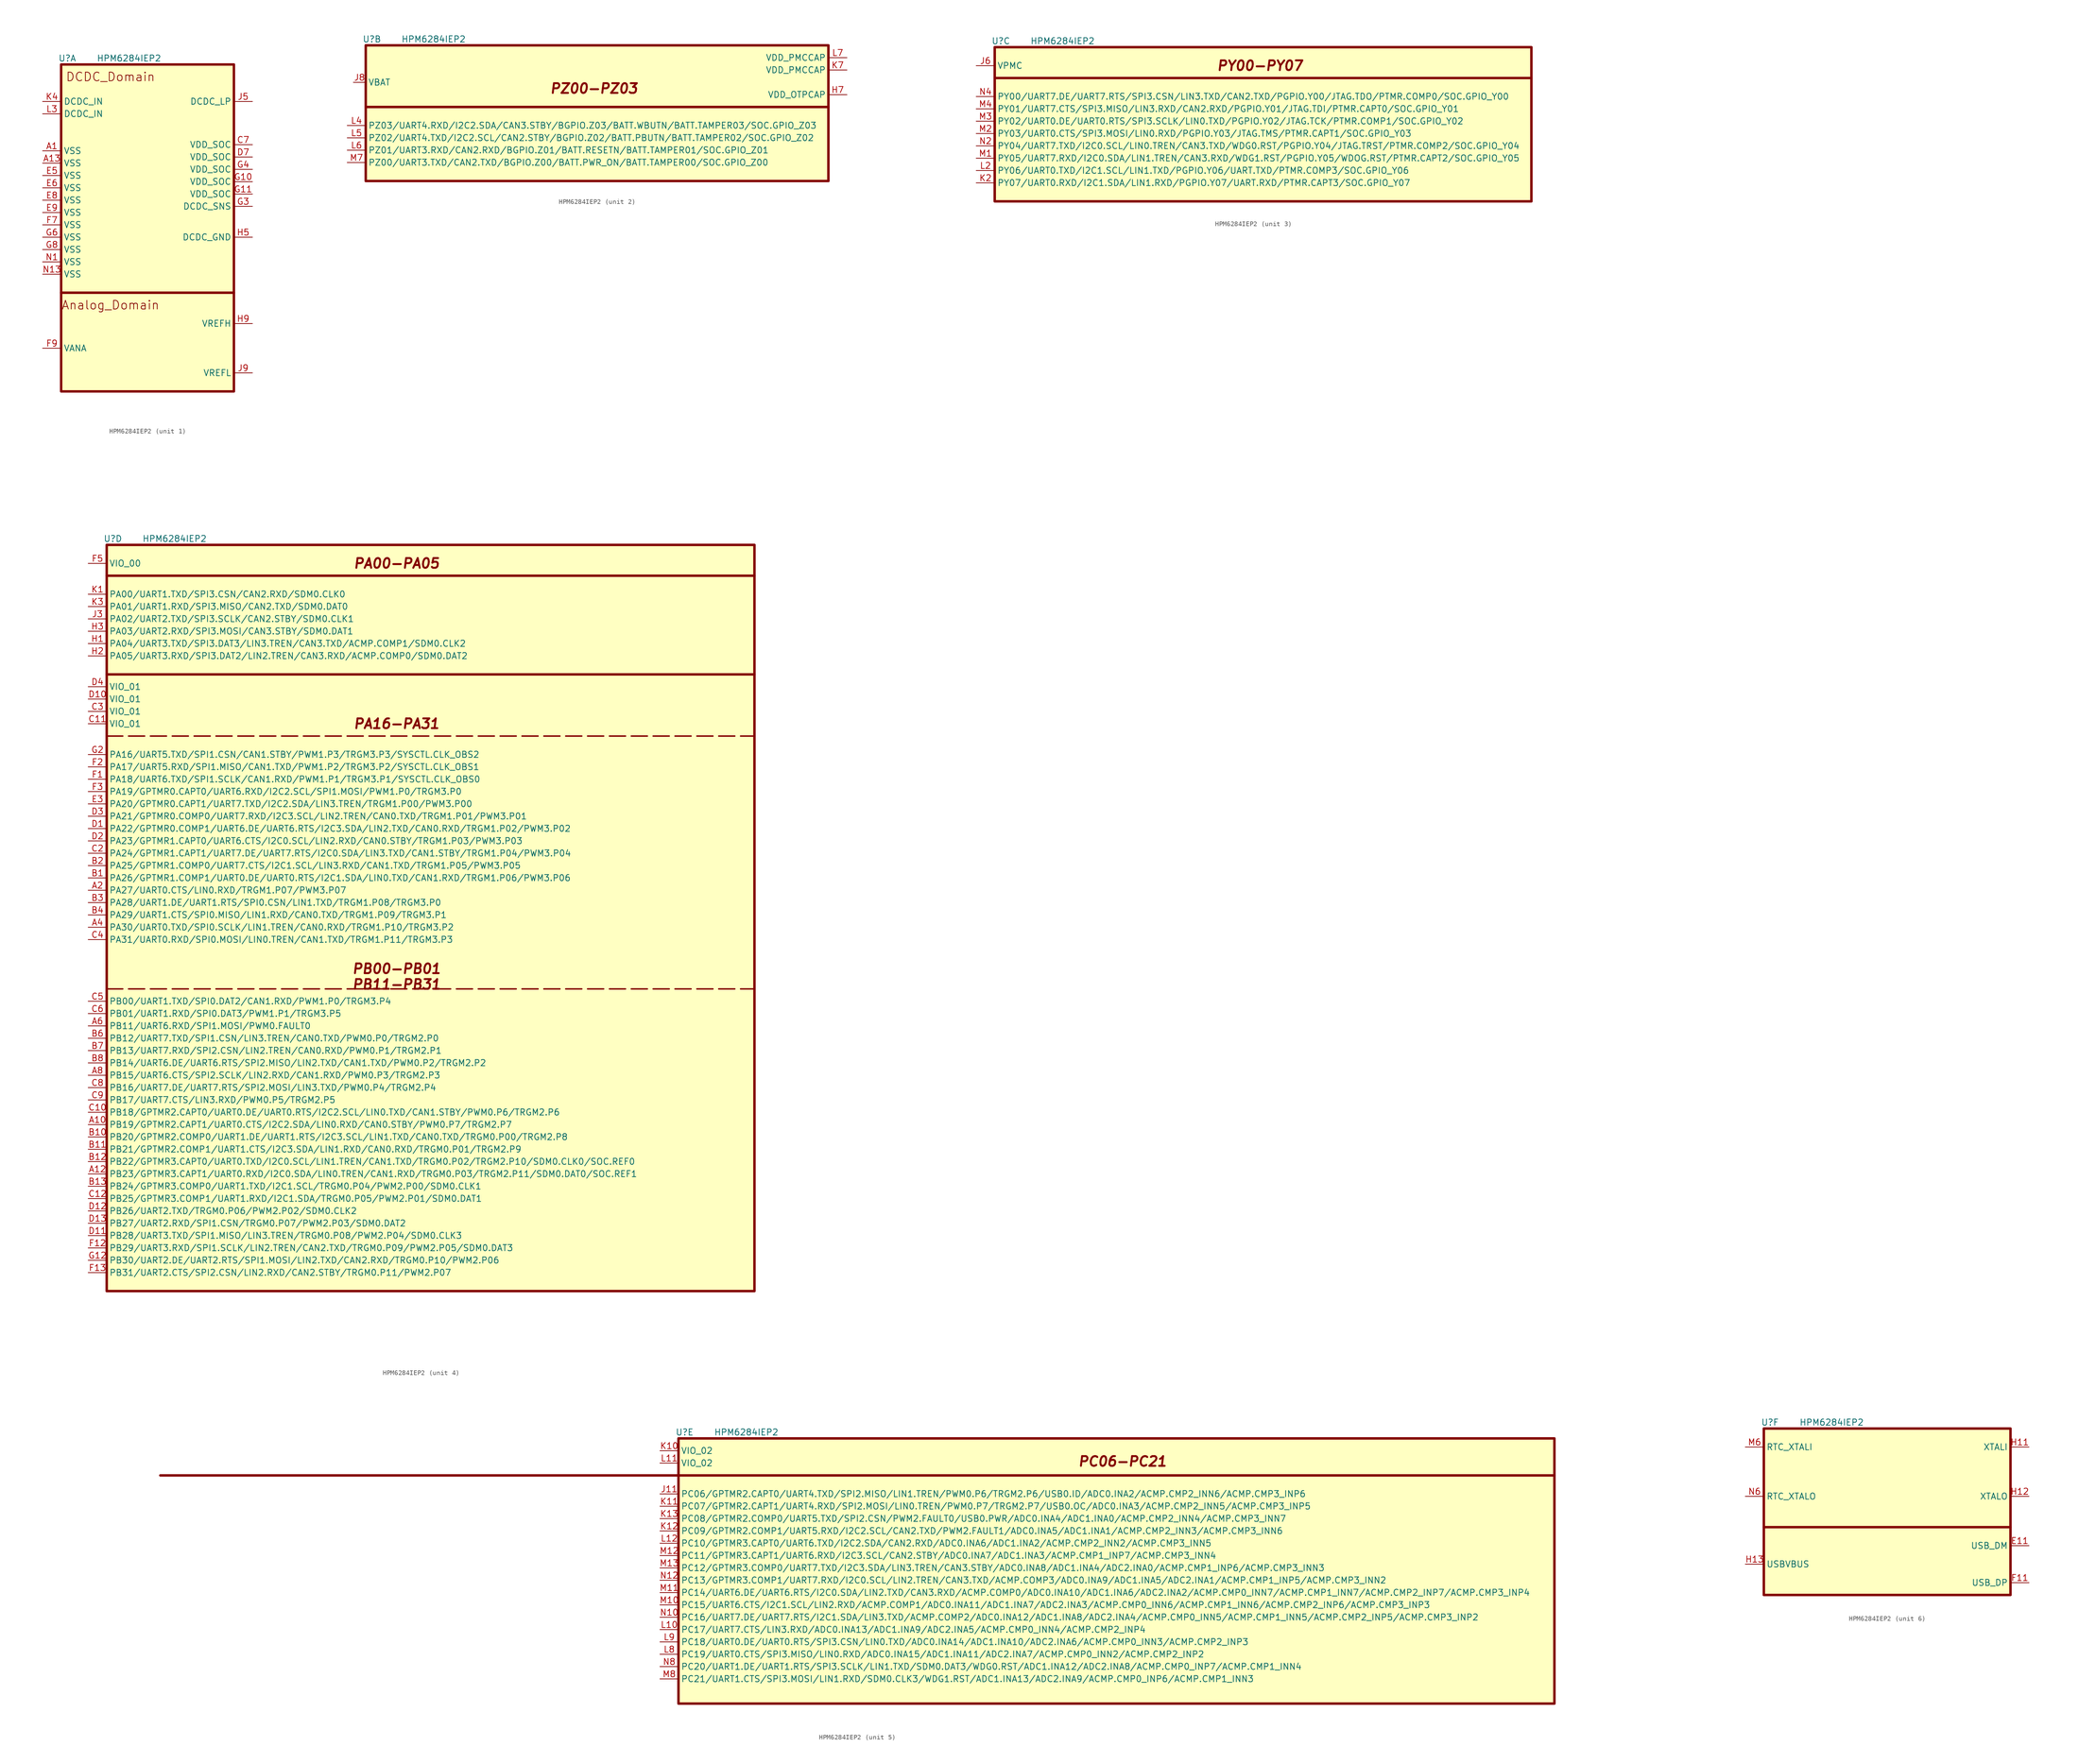
<source format=kicad_sym>
(kicad_symbol_lib
  (version 20220914)
  (generator kicad_symbol_editor)
  (symbol "HPM6284IEP2"
    (property "Reference" "U"
      (at 1.27 1.27 0)
      (effects (font (size 1.27 1.27))))
    (property "Value" "HPM6284IEP2"
      (at 13.97 1.27 0)
      (effects (font (size 1.27 1.27))))
    (symbol "HPM6284IEP2_1_1"
      (polyline (pts (xy 0 -46.99) (xy 35.56 -46.99)) (stroke (width 0.508) (type default)) (fill (type none)))
      (rectangle (start 0 0) (end 35.56 -67.31) (stroke (width 0.5) (type default)) (fill (type background)))
      (text "Analog_Domain" (at 10.16 -49.53 0) (effects (font (size 1.778 1.778))))
      (text "DCDC_Domain" (at 10.16 -2.54 0) (effects (font (size 1.778 1.778))))
      (pin unspecified line (at -3.81 -17.78 0) (length 3.81) (name "VSS" (effects (font (size 1.27 1.27)))) (number "A1" (effects (font (size 1.27 1.27)))))
      (pin unspecified line (at -3.81 -20.32 0) (length 3.81) (name "VSS" (effects (font (size 1.27 1.27)))) (number "A13" (effects (font (size 1.27 1.27)))))
      (pin unspecified line (at 39.37 -16.51 180) (length 3.81) (name "VDD_SOC" (effects (font (size 1.27 1.27)))) (number "C7" (effects (font (size 1.27 1.27)))))
      (pin unspecified line (at 39.37 -19.05 180) (length 3.81) (name "VDD_SOC" (effects (font (size 1.27 1.27)))) (number "D7" (effects (font (size 1.27 1.27)))))
      (pin unspecified line (at -3.81 -22.86 0) (length 3.81) (name "VSS" (effects (font (size 1.27 1.27)))) (number "E5" (effects (font (size 1.27 1.27)))))
      (pin unspecified line (at -3.81 -25.4 0) (length 3.81) (name "VSS" (effects (font (size 1.27 1.27)))) (number "E6" (effects (font (size 1.27 1.27)))))
      (pin unspecified line (at -3.81 -27.94 0) (length 3.81) (name "VSS" (effects (font (size 1.27 1.27)))) (number "E8" (effects (font (size 1.27 1.27)))))
      (pin unspecified line (at -3.81 -30.48 0) (length 3.81) (name "VSS" (effects (font (size 1.27 1.27)))) (number "E9" (effects (font (size 1.27 1.27)))))
      (pin unspecified line (at -3.81 -33.02 0) (length 3.81) (name "VSS" (effects (font (size 1.27 1.27)))) (number "F7" (effects (font (size 1.27 1.27)))))
      (pin unspecified line (at -3.81 -58.42 0) (length 3.81) (name "VANA" (effects (font (size 1.27 1.27)))) (number "F9" (effects (font (size 1.27 1.27)))))
      (pin unspecified line (at 39.37 -24.13 180) (length 3.81) (name "VDD_SOC" (effects (font (size 1.27 1.27)))) (number "G10" (effects (font (size 1.27 1.27)))))
      (pin unspecified line (at 39.37 -26.67 180) (length 3.81) (name "VDD_SOC" (effects (font (size 1.27 1.27)))) (number "G11" (effects (font (size 1.27 1.27)))))
      (pin unspecified line (at 39.37 -29.21 180) (length 3.81) (name "DCDC_SNS" (effects (font (size 1.27 1.27)))) (number "G3" (effects (font (size 1.27 1.27)))))
      (pin unspecified line (at 39.37 -21.59 180) (length 3.81) (name "VDD_SOC" (effects (font (size 1.27 1.27)))) (number "G4" (effects (font (size 1.27 1.27)))))
      (pin unspecified line (at -3.81 -35.56 0) (length 3.81) (name "VSS" (effects (font (size 1.27 1.27)))) (number "G6" (effects (font (size 1.27 1.27)))))
      (pin unspecified line (at -3.81 -38.1 0) (length 3.81) (name "VSS" (effects (font (size 1.27 1.27)))) (number "G8" (effects (font (size 1.27 1.27)))))
      (pin unspecified line (at 39.37 -35.56 180) (length 3.81) (name "DCDC_GND" (effects (font (size 1.27 1.27)))) (number "H5" (effects (font (size 1.27 1.27)))))
      (pin unspecified line (at 39.37 -53.34 180) (length 3.81) (name "VREFH" (effects (font (size 1.27 1.27)))) (number "H9" (effects (font (size 1.27 1.27)))))
      (pin unspecified line (at 39.37 -7.62 180) (length 3.81) (name "DCDC_LP" (effects (font (size 1.27 1.27)))) (number "J5" (effects (font (size 1.27 1.27)))))
      (pin unspecified line (at 39.37 -63.5 180) (length 3.81) (name "VREFL" (effects (font (size 1.27 1.27)))) (number "J9" (effects (font (size 1.27 1.27)))))
      (pin unspecified line (at -3.81 -7.62 0) (length 3.81) (name "DCDC_IN" (effects (font (size 1.27 1.27)))) (number "K4" (effects (font (size 1.27 1.27)))))
      (pin unspecified line (at -3.81 -10.16 0) (length 3.81) (name "DCDC_IN" (effects (font (size 1.27 1.27)))) (number "L3" (effects (font (size 1.27 1.27)))))
      (pin unspecified line (at -3.81 -40.64 0) (length 3.81) (name "VSS" (effects (font (size 1.27 1.27)))) (number "N1" (effects (font (size 1.27 1.27)))))
      (pin unspecified line (at -3.81 -43.18 0) (length 3.81) (name "VSS" (effects (font (size 1.27 1.27)))) (number "N13" (effects (font (size 1.27 1.27))))))
    (symbol "HPM6284IEP2_2_1"
      (polyline (pts (xy 0 -12.7) (xy 95.25 -12.7)) (stroke (width 0.508) (type default)) (fill (type none)))
      (rectangle (start 0 0) (end 95.25 -27.94) (stroke (width 0.508) (type default)) (fill (type background)))
      (text "PZ00-PZ03\n" (at 46.99 -8.89 0) (effects (font (face "KiCad Font") (size 2 2) bold italic)))
      (pin unspecified line (at 99.06 -10.16 180) (length 3.81) (name "VDD_OTPCAP" (effects (font (size 1.27 1.27)))) (number "H7" (effects (font (size 1.27 1.27)))))
      (pin unspecified line (at -2.54 -7.62 0) (length 2.54) (name "VBAT" (effects (font (size 1.27 1.27)))) (number "J8" (effects (font (size 1.27 1.27)))))
      (pin unspecified line (at 99.06 -5.08 180) (length 3.81) (name "VDD_PMCCAP" (effects (font (size 1.27 1.27)))) (number "K7" (effects (font (size 1.27 1.27)))))
      (pin unspecified line (at -3.81 -16.51 0) (length 3.81) (name "PZ03/UART4.RXD/I2C2.SDA/CAN3.STBY/BGPIO.Z03/BATT.WBUTN/BATT.TAMPER03/SOC.GPIO_Z03" (effects (font (size 1.27 1.27)))) (number "L4" (effects (font (size 1.27 1.27)))))
      (pin unspecified line (at -3.81 -19.05 0) (length 3.81) (name "PZ02/UART4.TXD/I2C2.SCL/CAN2.STBY/BGPIO.Z02/BATT.PBUTN/BATT.TAMPER02/SOC.GPIO_Z02" (effects (font (size 1.27 1.27)))) (number "L5" (effects (font (size 1.27 1.27)))))
      (pin unspecified line (at -3.81 -21.59 0) (length 3.81) (name "PZ01/UART3.RXD/CAN2.RXD/BGPIO.Z01/BATT.RESETN/BATT.TAMPER01/SOC.GPIO_Z01" (effects (font (size 1.27 1.27)))) (number "L6" (effects (font (size 1.27 1.27)))))
      (pin unspecified line (at 99.06 -2.54 180) (length 3.81) (name "VDD_PMCCAP" (effects (font (size 1.27 1.27)))) (number "L7" (effects (font (size 1.27 1.27)))))
      (pin unspecified line (at -3.81 -24.13 0) (length 3.81) (name "PZ00/UART3.TXD/CAN2.TXD/BGPIO.Z00/BATT.PWR_ON/BATT.TAMPER00/SOC.GPIO_Z00" (effects (font (size 1.27 1.27)))) (number "M7" (effects (font (size 1.27 1.27))))))
    (symbol "HPM6284IEP2_3_1"
      (polyline (pts (xy 0 -6.35) (xy 110.49 -6.35)) (stroke (width 0.5) (type default)) (fill (type none)))
      (rectangle (start 0 0) (end 110.49 -31.75) (stroke (width 0.508) (type default)) (fill (type background)))
      (text "PY00-PY07" (at 54.61 -3.81 0) (effects (font (face "KiCad Font") (size 2 2) bold italic)))
      (pin unspecified line (at -3.81 -3.81 0) (length 3.81) (name "VPMC" (effects (font (size 1.27 1.27)))) (number "J6" (effects (font (size 1.27 1.27)))))
      (pin unspecified line (at -3.81 -27.94 0) (length 3.81) (name "PY07/UART0.RXD/I2C1.SDA/LIN1.RXD/PGPIO.Y07/UART.RXD/PTMR.CAPT3/SOC.GPIO_Y07" (effects (font (size 1.27 1.27)))) (number "K2" (effects (font (size 1.27 1.27)))))
      (pin unspecified line (at -3.81 -25.4 0) (length 3.81) (name "PY06/UART0.TXD/I2C1.SCL/LIN1.TXD/PGPIO.Y06/UART.TXD/PTMR.COMP3/SOC.GPIO_Y06" (effects (font (size 1.27 1.27)))) (number "L2" (effects (font (size 1.27 1.27)))))
      (pin unspecified line (at -3.81 -22.86 0) (length 3.81) (name "PY05/UART7.RXD/I2C0.SDA/LIN1.TREN/CAN3.RXD/WDG1.RST/PGPIO.Y05/WDOG.RST/PTMR.CAPT2/SOC.GPIO_Y05" (effects (font (size 1.27 1.27)))) (number "M1" (effects (font (size 1.27 1.27)))))
      (pin unspecified line (at -3.81 -17.78 0) (length 3.81) (name "PY03/UART0.CTS/SPI3.MOSI/LIN0.RXD/PGPIO.Y03/JTAG.TMS/PTMR.CAPT1/SOC.GPIO_Y03" (effects (font (size 1.27 1.27)))) (number "M2" (effects (font (size 1.27 1.27)))))
      (pin unspecified line (at -3.81 -15.24 0) (length 3.81) (name "PY02/UART0.DE/UART0.RTS/SPI3.SCLK/LIN0.TXD/PGPIO.Y02/JTAG.TCK/PTMR.COMP1/SOC.GPIO_Y02" (effects (font (size 1.27 1.27)))) (number "M3" (effects (font (size 1.27 1.27)))))
      (pin unspecified line (at -3.81 -12.7 0) (length 3.81) (name "PY01/UART7.CTS/SPI3.MISO/LIN3.RXD/CAN2.RXD/PGPIO.Y01/JTAG.TDI/PTMR.CAPT0/SOC.GPIO_Y01" (effects (font (size 1.27 1.27)))) (number "M4" (effects (font (size 1.27 1.27)))))
      (pin unspecified line (at -3.81 -20.32 0) (length 3.81) (name "PY04/UART7.TXD/I2C0.SCL/LIN0.TREN/CAN3.TXD/WDG0.RST/PGPIO.Y04/JTAG.TRST/PTMR.COMP2/SOC.GPIO_Y04" (effects (font (size 1.27 1.27)))) (number "N2" (effects (font (size 1.27 1.27)))))
      (pin unspecified line (at -3.81 -10.16 0) (length 3.81) (name "PY00/UART7.DE/UART7.RTS/SPI3.CSN/LIN3.TXD/CAN2.TXD/PGPIO.Y00/JTAG.TDO/PTMR.COMP0/SOC.GPIO_Y00" (effects (font (size 1.27 1.27)))) (number "N4" (effects (font (size 1.27 1.27))))))
    (symbol "HPM6284IEP2_4_1"
      (polyline (pts (xy 0 -91.44) (xy 133.35 -91.44)) (stroke (width 0.3) (type dash)) (fill (type none)))
      (polyline (pts (xy 0 -39.37) (xy 133.35 -39.37)) (stroke (width 0.3) (type dash)) (fill (type none)))
      (polyline (pts (xy 0 -26.67) (xy 133.35 -26.67)) (stroke (width 0.5) (type default)) (fill (type none)))
      (polyline (pts (xy 0 -6.35) (xy 133.35 -6.35)) (stroke (width 0.5) (type default)) (fill (type none)))
      (rectangle (start 0 0) (end 133.35 -153.67) (stroke (width 0.508) (type default)) (fill (type background)))
      (text "PA00-PA05" (at 59.69 -3.81 0) (effects (font (face "KiCad Font") (size 2 2) bold italic)))
      (text "PA16-PA31" (at 59.69 -36.83 0) (effects (font (face "KiCad Font") (size 2 2) bold italic)))
      (text "PB00-PB01\nPB11-PB31" (at 59.69 -88.9 0) (effects (font (face "KiCad Font") (size 2 2) bold italic)))
      (pin unspecified line (at -3.81 -119.38 0) (length 3.81) (name "PB19/GPTMR2.CAPT1/UART0.CTS/I2C2.SDA/LIN0.RXD/CAN0.STBY/PWM0.P7/TRGM2.P7" (effects (font (size 1.27 1.27)))) (number "A10" (effects (font (size 1.27 1.27)))))
      (pin unspecified line (at -3.81 -129.54 0) (length 3.81) (name "PB23/GPTMR3.CAPT1/UART0.RXD/I2C0.SDA/LIN0.TREN/CAN1.RXD/TRGM0.P03/TRGM2.P11/SDM0.DAT0/SOC.REF1" (effects (font (size 1.27 1.27)))) (number "A12" (effects (font (size 1.27 1.27)))))
      (pin unspecified line (at -3.81 -71.12 0) (length 3.81) (name "PA27/UART0.CTS/LIN0.RXD/TRGM1.P07/PWM3.P07" (effects (font (size 1.27 1.27)))) (number "A2" (effects (font (size 1.27 1.27)))))
      (pin unspecified line (at -3.81 -78.74 0) (length 3.81) (name "PA30/UART0.TXD/SPI0.SCLK/LIN1.TREN/CAN0.RXD/TRGM1.P10/TRGM3.P2" (effects (font (size 1.27 1.27)))) (number "A4" (effects (font (size 1.27 1.27)))))
      (pin unspecified line (at -3.81 -99.06 0) (length 3.81) (name "PB11/UART6.RXD/SPI1.MOSI/PWM0.FAULT0" (effects (font (size 1.27 1.27)))) (number "A6" (effects (font (size 1.27 1.27)))))
      (pin unspecified line (at -3.81 -109.22 0) (length 3.81) (name "PB15/UART6.CTS/SPI2.SCLK/LIN2.RXD/CAN1.RXD/PWM0.P3/TRGM2.P3" (effects (font (size 1.27 1.27)))) (number "A8" (effects (font (size 1.27 1.27)))))
      (pin unspecified line (at -3.81 -68.58 0) (length 3.81) (name "PA26/GPTMR1.COMP1/UART0.DE/UART0.RTS/I2C1.SDA/LIN0.TXD/CAN1.RXD/TRGM1.P06/PWM3.P06" (effects (font (size 1.27 1.27)))) (number "B1" (effects (font (size 1.27 1.27)))))
      (pin unspecified line (at -3.81 -121.92 0) (length 3.81) (name "PB20/GPTMR2.COMP0/UART1.DE/UART1.RTS/I2C3.SCL/LIN1.TXD/CAN0.TXD/TRGM0.P00/TRGM2.P8" (effects (font (size 1.27 1.27)))) (number "B10" (effects (font (size 1.27 1.27)))))
      (pin unspecified line (at -3.81 -124.46 0) (length 3.81) (name "PB21/GPTMR2.COMP1/UART1.CTS/I2C3.SDA/LIN1.RXD/CAN0.RXD/TRGM0.P01/TRGM2.P9" (effects (font (size 1.27 1.27)))) (number "B11" (effects (font (size 1.27 1.27)))))
      (pin unspecified line (at -3.81 -127 0) (length 3.81) (name "PB22/GPTMR3.CAPT0/UART0.TXD/I2C0.SCL/LIN1.TREN/CAN1.TXD/TRGM0.P02/TRGM2.P10/SDM0.CLK0/SOC.REF0" (effects (font (size 1.27 1.27)))) (number "B12" (effects (font (size 1.27 1.27)))))
      (pin unspecified line (at -3.81 -132.08 0) (length 3.81) (name "PB24/GPTMR3.COMP0/UART1.TXD/I2C1.SCL/TRGM0.P04/PWM2.P00/SDM0.CLK1" (effects (font (size 1.27 1.27)))) (number "B13" (effects (font (size 1.27 1.27)))))
      (pin unspecified line (at -3.81 -66.04 0) (length 3.81) (name "PA25/GPTMR1.COMP0/UART7.CTS/I2C1.SCL/LIN3.RXD/CAN1.TXD/TRGM1.P05/PWM3.P05" (effects (font (size 1.27 1.27)))) (number "B2" (effects (font (size 1.27 1.27)))))
      (pin unspecified line (at -3.81 -73.66 0) (length 3.81) (name "PA28/UART1.DE/UART1.RTS/SPI0.CSN/LIN1.TXD/TRGM1.P08/TRGM3.P0" (effects (font (size 1.27 1.27)))) (number "B3" (effects (font (size 1.27 1.27)))))
      (pin unspecified line (at -3.81 -76.2 0) (length 3.81) (name "PA29/UART1.CTS/SPI0.MISO/LIN1.RXD/CAN0.TXD/TRGM1.P09/TRGM3.P1" (effects (font (size 1.27 1.27)))) (number "B4" (effects (font (size 1.27 1.27)))))
      (pin unspecified line (at -3.81 -101.6 0) (length 3.81) (name "PB12/UART7.TXD/SPI1.CSN/LIN3.TREN/CAN0.TXD/PWM0.P0/TRGM2.P0" (effects (font (size 1.27 1.27)))) (number "B6" (effects (font (size 1.27 1.27)))))
      (pin unspecified line (at -3.81 -104.14 0) (length 3.81) (name "PB13/UART7.RXD/SPI2.CSN/LIN2.TREN/CAN0.RXD/PWM0.P1/TRGM2.P1" (effects (font (size 1.27 1.27)))) (number "B7" (effects (font (size 1.27 1.27)))))
      (pin unspecified line (at -3.81 -106.68 0) (length 3.81) (name "PB14/UART6.DE/UART6.RTS/SPI2.MISO/LIN2.TXD/CAN1.TXD/PWM0.P2/TRGM2.P2" (effects (font (size 1.27 1.27)))) (number "B8" (effects (font (size 1.27 1.27)))))
      (pin unspecified line (at -3.81 -116.84 0) (length 3.81) (name "PB18/GPTMR2.CAPT0/UART0.DE/UART0.RTS/I2C2.SCL/LIN0.TXD/CAN1.STBY/PWM0.P6/TRGM2.P6" (effects (font (size 1.27 1.27)))) (number "C10" (effects (font (size 1.27 1.27)))))
      (pin unspecified line (at -3.81 -36.83 0) (length 3.81) (name "VIO_01" (effects (font (size 1.27 1.27)))) (number "C11" (effects (font (size 1.27 1.27)))))
      (pin unspecified line (at -3.81 -134.62 0) (length 3.81) (name "PB25/GPTMR3.COMP1/UART1.RXD/I2C1.SDA/TRGM0.P05/PWM2.P01/SDM0.DAT1" (effects (font (size 1.27 1.27)))) (number "C12" (effects (font (size 1.27 1.27)))))
      (pin unspecified line (at -3.81 -63.5 0) (length 3.81) (name "PA24/GPTMR1.CAPT1/UART7.DE/UART7.RTS/I2C0.SDA/LIN3.TXD/CAN1.STBY/TRGM1.P04/PWM3.P04" (effects (font (size 1.27 1.27)))) (number "C2" (effects (font (size 1.27 1.27)))))
      (pin unspecified line (at -3.81 -34.29 0) (length 3.81) (name "VIO_01" (effects (font (size 1.27 1.27)))) (number "C3" (effects (font (size 1.27 1.27)))))
      (pin unspecified line (at -3.81 -81.28 0) (length 3.81) (name "PA31/UART0.RXD/SPI0.MOSI/LIN0.TREN/CAN1.TXD/TRGM1.P11/TRGM3.P3" (effects (font (size 1.27 1.27)))) (number "C4" (effects (font (size 1.27 1.27)))))
      (pin unspecified line (at -3.81 -93.98 0) (length 3.81) (name "PB00/UART1.TXD/SPI0.DAT2/CAN1.RXD/PWM1.P0/TRGM3.P4" (effects (font (size 1.27 1.27)))) (number "C5" (effects (font (size 1.27 1.27)))))
      (pin unspecified line (at -3.81 -96.52 0) (length 3.81) (name "PB01/UART1.RXD/SPI0.DAT3/PWM1.P1/TRGM3.P5" (effects (font (size 1.27 1.27)))) (number "C6" (effects (font (size 1.27 1.27)))))
      (pin unspecified line (at -3.81 -111.76 0) (length 3.81) (name "PB16/UART7.DE/UART7.RTS/SPI2.MOSI/LIN3.TXD/PWM0.P4/TRGM2.P4" (effects (font (size 1.27 1.27)))) (number "C8" (effects (font (size 1.27 1.27)))))
      (pin unspecified line (at -3.81 -114.3 0) (length 3.81) (name "PB17/UART7.CTS/LIN3.RXD/PWM0.P5/TRGM2.P5" (effects (font (size 1.27 1.27)))) (number "C9" (effects (font (size 1.27 1.27)))))
      (pin unspecified line (at -3.81 -58.42 0) (length 3.81) (name "PA22/GPTMR0.COMP1/UART6.DE/UART6.RTS/I2C3.SDA/LIN2.TXD/CAN0.RXD/TRGM1.P02/PWM3.P02" (effects (font (size 1.27 1.27)))) (number "D1" (effects (font (size 1.27 1.27)))))
      (pin unspecified line (at -3.81 -31.75 0) (length 3.81) (name "VIO_01" (effects (font (size 1.27 1.27)))) (number "D10" (effects (font (size 1.27 1.27)))))
      (pin unspecified line (at -3.81 -142.24 0) (length 3.81) (name "PB28/UART3.TXD/SPI1.MISO/LIN3.TREN/TRGM0.P08/PWM2.P04/SDM0.CLK3" (effects (font (size 1.27 1.27)))) (number "D11" (effects (font (size 1.27 1.27)))))
      (pin unspecified line (at -3.81 -137.16 0) (length 3.81) (name "PB26/UART2.TXD/TRGM0.P06/PWM2.P02/SDM0.CLK2" (effects (font (size 1.27 1.27)))) (number "D12" (effects (font (size 1.27 1.27)))))
      (pin unspecified line (at -3.81 -139.7 0) (length 3.81) (name "PB27/UART2.RXD/SPI1.CSN/TRGM0.P07/PWM2.P03/SDM0.DAT2" (effects (font (size 1.27 1.27)))) (number "D13" (effects (font (size 1.27 1.27)))))
      (pin unspecified line (at -3.81 -60.96 0) (length 3.81) (name "PA23/GPTMR1.CAPT0/UART6.CTS/I2C0.SCL/LIN2.RXD/CAN0.STBY/TRGM1.P03/PWM3.P03" (effects (font (size 1.27 1.27)))) (number "D2" (effects (font (size 1.27 1.27)))))
      (pin unspecified line (at -3.81 -55.88 0) (length 3.81) (name "PA21/GPTMR0.COMP0/UART7.RXD/I2C3.SCL/LIN2.TREN/CAN0.TXD/TRGM1.P01/PWM3.P01" (effects (font (size 1.27 1.27)))) (number "D3" (effects (font (size 1.27 1.27)))))
      (pin unspecified line (at -3.81 -29.21 0) (length 3.81) (name "VIO_01" (effects (font (size 1.27 1.27)))) (number "D4" (effects (font (size 1.27 1.27)))))
      (pin unspecified line (at -3.81 -53.34 0) (length 3.81) (name "PA20/GPTMR0.CAPT1/UART7.TXD/I2C2.SDA/LIN3.TREN/TRGM1.P00/PWM3.P00" (effects (font (size 1.27 1.27)))) (number "E3" (effects (font (size 1.27 1.27)))))
      (pin unspecified line (at -3.81 -48.26 0) (length 3.81) (name "PA18/UART6.TXD/SPI1.SCLK/CAN1.RXD/PWM1.P1/TRGM3.P1/SYSCTL.CLK_OBS0" (effects (font (size 1.27 1.27)))) (number "F1" (effects (font (size 1.27 1.27)))))
      (pin unspecified line (at -3.81 -144.78 0) (length 3.81) (name "PB29/UART3.RXD/SPI1.SCLK/LIN2.TREN/CAN2.TXD/TRGM0.P09/PWM2.P05/SDM0.DAT3" (effects (font (size 1.27 1.27)))) (number "F12" (effects (font (size 1.27 1.27)))))
      (pin unspecified line (at -3.81 -149.86 0) (length 3.81) (name "PB31/UART2.CTS/SPI2.CSN/LIN2.RXD/CAN2.STBY/TRGM0.P11/PWM2.P07" (effects (font (size 1.27 1.27)))) (number "F13" (effects (font (size 1.27 1.27)))))
      (pin unspecified line (at -3.81 -45.72 0) (length 3.81) (name "PA17/UART5.RXD/SPI1.MISO/CAN1.TXD/PWM1.P2/TRGM3.P2/SYSCTL.CLK_OBS1" (effects (font (size 1.27 1.27)))) (number "F2" (effects (font (size 1.27 1.27)))))
      (pin unspecified line (at -3.81 -50.8 0) (length 3.81) (name "PA19/GPTMR0.CAPT0/UART6.RXD/I2C2.SCL/SPI1.MOSI/PWM1.P0/TRGM3.P0" (effects (font (size 1.27 1.27)))) (number "F3" (effects (font (size 1.27 1.27)))))
      (pin unspecified line (at -3.81 -3.81 0) (length 3.81) (name "VIO_00" (effects (font (size 1.27 1.27)))) (number "F5" (effects (font (size 1.27 1.27)))))
      (pin unspecified line (at -3.81 -147.32 0) (length 3.81) (name "PB30/UART2.DE/UART2.RTS/SPI1.MOSI/LIN2.TXD/CAN2.RXD/TRGM0.P10/PWM2.P06" (effects (font (size 1.27 1.27)))) (number "G12" (effects (font (size 1.27 1.27)))))
      (pin unspecified line (at -3.81 -43.18 0) (length 3.81) (name "PA16/UART5.TXD/SPI1.CSN/CAN1.STBY/PWM1.P3/TRGM3.P3/SYSCTL.CLK_OBS2" (effects (font (size 1.27 1.27)))) (number "G2" (effects (font (size 1.27 1.27)))))
      (pin unspecified line (at -3.81 -20.32 0) (length 3.81) (name "PA04/UART3.TXD/SPI3.DAT3/LIN3.TREN/CAN3.TXD/ACMP.COMP1/SDM0.CLK2" (effects (font (size 1.27 1.27)))) (number "H1" (effects (font (size 1.27 1.27)))))
      (pin unspecified line (at -3.81 -22.86 0) (length 3.81) (name "PA05/UART3.RXD/SPI3.DAT2/LIN2.TREN/CAN3.RXD/ACMP.COMP0/SDM0.DAT2" (effects (font (size 1.27 1.27)))) (number "H2" (effects (font (size 1.27 1.27)))))
      (pin unspecified line (at -3.81 -17.78 0) (length 3.81) (name "PA03/UART2.RXD/SPI3.MOSI/CAN3.STBY/SDM0.DAT1" (effects (font (size 1.27 1.27)))) (number "H3" (effects (font (size 1.27 1.27)))))
      (pin unspecified line (at -3.81 -15.24 0) (length 3.81) (name "PA02/UART2.TXD/SPI3.SCLK/CAN2.STBY/SDM0.CLK1" (effects (font (size 1.27 1.27)))) (number "J3" (effects (font (size 1.27 1.27)))))
      (pin unspecified line (at -3.81 -10.16 0) (length 3.81) (name "PA00/UART1.TXD/SPI3.CSN/CAN2.RXD/SDM0.CLK0" (effects (font (size 1.27 1.27)))) (number "K1" (effects (font (size 1.27 1.27)))))
      (pin unspecified line (at -3.81 -12.7 0) (length 3.81) (name "PA01/UART1.RXD/SPI3.MISO/CAN2.TXD/SDM0.DAT0" (effects (font (size 1.27 1.27)))) (number "K3" (effects (font (size 1.27 1.27))))))
    (symbol "HPM6284IEP2_5_1"
      (polyline (pts (xy 180.34 -7.62) (xy -106.68 -7.62)) (stroke (width 0.5) (type default)) (fill (type none)))
      (rectangle (start 0 0) (end 180.34 -54.61) (stroke (width 0.508) (type default)) (fill (type background)))
      (text "PC06-PC21\n\n" (at 91.44 -6.35 0) (effects (font (face "KiCad Font") (size 2 2) bold italic)))
      (pin unspecified line (at -3.81 -11.43 0) (length 3.81) (name "PC06/GPTMR2.CAPT0/UART4.TXD/SPI2.MISO/LIN1.TREN/PWM0.P6/TRGM2.P6/USB0.ID/ADC0.INA2/ACMP.CMP2_INN6/ACMP.CMP3_INP6" (effects (font (size 1.27 1.27)))) (number "J11" (effects (font (size 1.27 1.27)))))
      (pin unspecified line (at -3.81 -2.54 0) (length 3.81) (name "VIO_02" (effects (font (size 1.27 1.27)))) (number "K10" (effects (font (size 1.27 1.27)))))
      (pin unspecified line (at -3.81 -13.97 0) (length 3.81) (name "PC07/GPTMR2.CAPT1/UART4.RXD/SPI2.MOSI/LIN0.TREN/PWM0.P7/TRGM2.P7/USB0.OC/ADC0.INA3/ACMP.CMP2_INN5/ACMP.CMP3_INP5" (effects (font (size 1.27 1.27)))) (number "K11" (effects (font (size 1.27 1.27)))))
      (pin unspecified line (at -3.81 -19.05 0) (length 3.81) (name "PC09/GPTMR2.COMP1/UART5.RXD/I2C2.SCL/CAN2.TXD/PWM2.FAULT1/ADC0.INA5/ADC1.INA1/ACMP.CMP2_INN3/ACMP.CMP3_INN6" (effects (font (size 1.27 1.27)))) (number "K12" (effects (font (size 1.27 1.27)))))
      (pin unspecified line (at -3.81 -16.51 0) (length 3.81) (name "PC08/GPTMR2.COMP0/UART5.TXD/SPI2.CSN/PWM2.FAULT0/USB0.PWR/ADC0.INA4/ADC1.INA0/ACMP.CMP2_INN4/ACMP.CMP3_INN7" (effects (font (size 1.27 1.27)))) (number "K13" (effects (font (size 1.27 1.27)))))
      (pin unspecified line (at -3.81 -39.37 0) (length 3.81) (name "PC17/UART7.CTS/LIN3.RXD/ADC0.INA13/ADC1.INA9/ADC2.INA5/ACMP.CMP0_INN4/ACMP.CMP2_INP4" (effects (font (size 1.27 1.27)))) (number "L10" (effects (font (size 1.27 1.27)))))
      (pin unspecified line (at -3.81 -5.08 0) (length 3.81) (name "VIO_02" (effects (font (size 1.27 1.27)))) (number "L11" (effects (font (size 1.27 1.27)))))
      (pin unspecified line (at -3.81 -21.59 0) (length 3.81) (name "PC10/GPTMR3.CAPT0/UART6.TXD/I2C2.SDA/CAN2.RXD/ADC0.INA6/ADC1.INA2/ACMP.CMP2_INN2/ACMP.CMP3_INN5" (effects (font (size 1.27 1.27)))) (number "L12" (effects (font (size 1.27 1.27)))))
      (pin unspecified line (at -3.81 -44.45 0) (length 3.81) (name "PC19/UART0.CTS/SPI3.MISO/LIN0.RXD/ADC0.INA15/ADC1.INA11/ADC2.INA7/ACMP.CMP0_INN2/ACMP.CMP2_INP2" (effects (font (size 1.27 1.27)))) (number "L8" (effects (font (size 1.27 1.27)))))
      (pin unspecified line (at -3.81 -41.91 0) (length 3.81) (name "PC18/UART0.DE/UART0.RTS/SPI3.CSN/LIN0.TXD/ADC0.INA14/ADC1.INA10/ADC2.INA6/ACMP.CMP0_INN3/ACMP.CMP2_INP3" (effects (font (size 1.27 1.27)))) (number "L9" (effects (font (size 1.27 1.27)))))
      (pin unspecified line (at -3.81 -34.29 0) (length 3.81) (name "PC15/UART6.CTS/I2C1.SCL/LIN2.RXD/ACMP.COMP1/ADC0.INA11/ADC1.INA7/ADC2.INA3/ACMP.CMP0_INN6/ACMP.CMP1_INN6/ACMP.CMP2_INP6/ACMP.CMP3_INP3" (effects (font (size 1.27 1.27)))) (number "M10" (effects (font (size 1.27 1.27)))))
      (pin unspecified line (at -3.81 -31.75 0) (length 3.81) (name "PC14/UART6.DE/UART6.RTS/I2C0.SDA/LIN2.TXD/CAN3.RXD/ACMP.COMP0/ADC0.INA10/ADC1.INA6/ADC2.INA2/ACMP.CMP0_INN7/ACMP.CMP1_INN7/ACMP.CMP2_INP7/ACMP.CMP3_INP4" (effects (font (size 1.27 1.27)))) (number "M11" (effects (font (size 1.27 1.27)))))
      (pin unspecified line (at -3.81 -24.13 0) (length 3.81) (name "PC11/GPTMR3.CAPT1/UART6.RXD/I2C3.SCL/CAN2.STBY/ADC0.INA7/ADC1.INA3/ACMP.CMP1_INP7/ACMP.CMP3_INN4" (effects (font (size 1.27 1.27)))) (number "M12" (effects (font (size 1.27 1.27)))))
      (pin unspecified line (at -3.81 -26.67 0) (length 3.81) (name "PC12/GPTMR3.COMP0/UART7.TXD/I2C3.SDA/LIN3.TREN/CAN3.STBY/ADC0.INA8/ADC1.INA4/ADC2.INA0/ACMP.CMP1_INP6/ACMP.CMP3_INN3" (effects (font (size 1.27 1.27)))) (number "M13" (effects (font (size 1.27 1.27)))))
      (pin unspecified line (at -3.81 -49.53 0) (length 3.81) (name "PC21/UART1.CTS/SPI3.MOSI/LIN1.RXD/SDM0.CLK3/WDG1.RST/ADC1.INA13/ADC2.INA9/ACMP.CMP0_INP6/ACMP.CMP1_INN3" (effects (font (size 1.27 1.27)))) (number "M8" (effects (font (size 1.27 1.27)))))
      (pin unspecified line (at -3.81 -36.83 0) (length 3.81) (name "PC16/UART7.DE/UART7.RTS/I2C1.SDA/LIN3.TXD/ACMP.COMP2/ADC0.INA12/ADC1.INA8/ADC2.INA4/ACMP.CMP0_INN5/ACMP.CMP1_INN5/ACMP.CMP2_INP5/ACMP.CMP3_INP2" (effects (font (size 1.27 1.27)))) (number "N10" (effects (font (size 1.27 1.27)))))
      (pin unspecified line (at -3.81 -29.21 0) (length 3.81) (name "PC13/GPTMR3.COMP1/UART7.RXD/I2C0.SCL/LIN2.TREN/CAN3.TXD/ACMP.COMP3/ADC0.INA9/ADC1.INA5/ADC2.INA1/ACMP.CMP1_INP5/ACMP.CMP3_INN2" (effects (font (size 1.27 1.27)))) (number "N12" (effects (font (size 1.27 1.27)))))
      (pin unspecified line (at -3.81 -46.99 0) (length 3.81) (name "PC20/UART1.DE/UART1.RTS/SPI3.SCLK/LIN1.TXD/SDM0.DAT3/WDG0.RST/ADC1.INA12/ADC2.INA8/ACMP.CMP0_INP7/ACMP.CMP1_INN4" (effects (font (size 1.27 1.27)))) (number "N8" (effects (font (size 1.27 1.27))))))
    (symbol "HPM6284IEP2_6_1"
      (polyline (pts (xy 0 -20.32) (xy 50.8 -20.32)) (stroke (width 0.5) (type default)) (fill (type none)))
      (rectangle (start 0 0) (end 50.8 -34.29) (stroke (width 0.508) (type default)) (fill (type background)))
      (pin unspecified line (at 54.61 -24.13 180) (length 3.81) (name "USB_DM" (effects (font (size 1.27 1.27)))) (number "E11" (effects (font (size 1.27 1.27)))))
      (pin unspecified line (at 54.61 -31.75 180) (length 3.81) (name "USB_DP" (effects (font (size 1.27 1.27)))) (number "F11" (effects (font (size 1.27 1.27)))))
      (pin unspecified line (at 54.61 -3.81 180) (length 3.81) (name "XTALI" (effects (font (size 1.27 1.27)))) (number "H11" (effects (font (size 1.27 1.27)))))
      (pin unspecified line (at 54.61 -13.97 180) (length 3.81) (name "XTALO" (effects (font (size 1.27 1.27)))) (number "H12" (effects (font (size 1.27 1.27)))))
      (pin unspecified line (at -3.81 -27.94 0) (length 3.81) (name "USBVBUS" (effects (font (size 1.27 1.27)))) (number "H13" (effects (font (size 1.27 1.27)))))
      (pin unspecified line (at -3.81 -3.81 0) (length 3.81) (name "RTC_XTALI" (effects (font (size 1.27 1.27)))) (number "M6" (effects (font (size 1.27 1.27)))))
      (pin unspecified line (at -3.81 -13.97 0) (length 3.81) (name "RTC_XTALO" (effects (font (size 1.27 1.27)))) (number "N6" (effects (font (size 1.27 1.27))))))))
</source>
